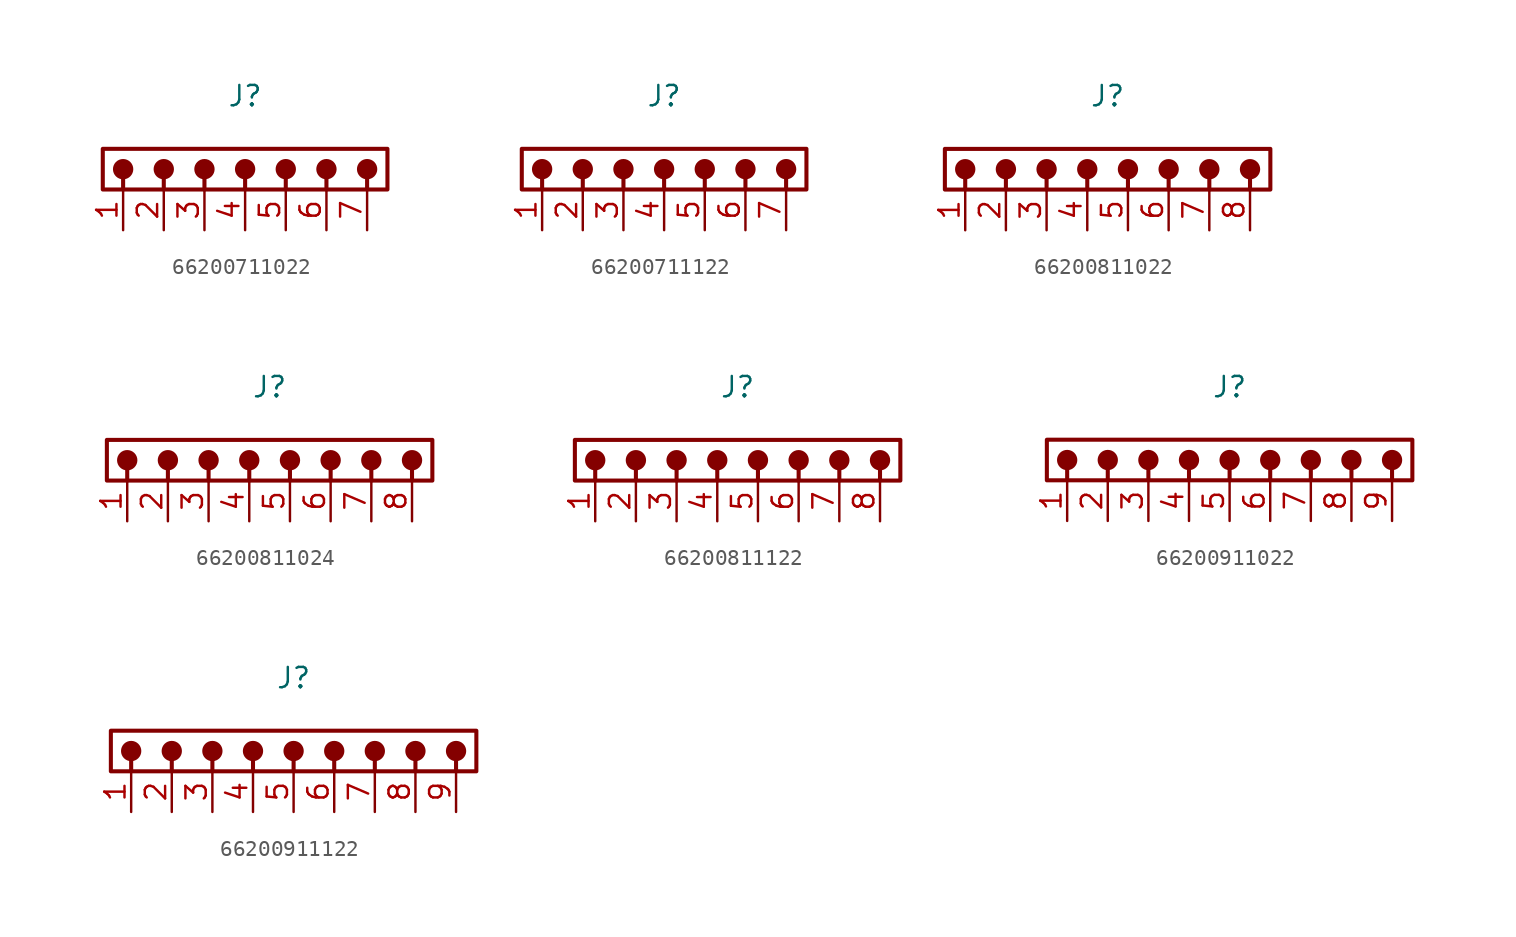
<source format=kicad_sym>
(kicad_symbol_lib
  (version 20241209)
  (generator "kicad_symbol_editor")
  (generator_version "9.0")
  (symbol "66200711022"
    (pin_names
      (hide yes))
    (property "Reference" "J"
      (at 0 4.572 0)
      (effects (font (size 1.27 1.27))))
    (symbol "66200711022_1_1"
      (rectangle (start -8.89 1.27) (end 8.89 -1.27) (stroke (width 0.254) (type solid)) (fill (type none)))
      (circle (center -7.62 0) (radius 0.508) (stroke (width 0.254) (type solid)) (fill (type outline)))
      (polyline (pts (xy -7.62 -0.508) (xy -7.62 -1.27)) (stroke (width 0.254) (type solid)) (fill (type none)))
      (circle (center -5.08 0) (radius 0.508) (stroke (width 0.254) (type solid)) (fill (type outline)))
      (polyline (pts (xy -5.08 -0.508) (xy -5.08 -1.27)) (stroke (width 0.254) (type solid)) (fill (type none)))
      (circle (center -2.54 0) (radius 0.508) (stroke (width 0.254) (type solid)) (fill (type outline)))
      (polyline (pts (xy -2.54 -0.508) (xy -2.54 -1.27)) (stroke (width 0.254) (type solid)) (fill (type none)))
      (circle (center 0 0) (radius 0.508) (stroke (width 0.254) (type solid)) (fill (type outline)))
      (polyline (pts (xy 0 -0.508) (xy 0 -1.27)) (stroke (width 0.254) (type solid)) (fill (type none)))
      (circle (center 2.54 0) (radius 0.508) (stroke (width 0.254) (type solid)) (fill (type outline)))
      (polyline (pts (xy 2.54 -0.508) (xy 2.54 -1.27)) (stroke (width 0.254) (type solid)) (fill (type none)))
      (circle (center 5.08 0) (radius 0.508) (stroke (width 0.254) (type solid)) (fill (type outline)))
      (polyline (pts (xy 5.08 -0.508) (xy 5.08 -1.27)) (stroke (width 0.254) (type solid)) (fill (type none)))
      (circle (center 7.62 0) (radius 0.508) (stroke (width 0.254) (type solid)) (fill (type outline)))
      (polyline (pts (xy 7.62 -0.508) (xy 7.62 -1.27)) (stroke (width 0.254) (type solid)) (fill (type none)))
      (pin passive line (at -7.62 -3.81 90) (length 2.54) (name "1" (effects (font (size 1.27 1.27)))) (number "1" (effects (font (size 1.27 1.27)))))
      (pin passive line (at -5.08 -3.81 90) (length 2.54) (name "2" (effects (font (size 1.27 1.27)))) (number "2" (effects (font (size 1.27 1.27)))))
      (pin passive line (at -2.54 -3.81 90) (length 2.54) (name "3" (effects (font (size 1.27 1.27)))) (number "3" (effects (font (size 1.27 1.27)))))
      (pin passive line (at 0 -3.81 90) (length 2.54) (name "4" (effects (font (size 1.27 1.27)))) (number "4" (effects (font (size 1.27 1.27)))))
      (pin passive line (at 2.54 -3.81 90) (length 2.54) (name "5" (effects (font (size 1.27 1.27)))) (number "5" (effects (font (size 1.27 1.27)))))
      (pin passive line (at 5.08 -3.81 90) (length 2.54) (name "6" (effects (font (size 1.27 1.27)))) (number "6" (effects (font (size 1.27 1.27)))))
      (pin passive line (at 7.62 -3.81 90) (length 2.54) (name "7" (effects (font (size 1.27 1.27)))) (number "7" (effects (font (size 1.27 1.27)))))))
  (symbol "66200711122"
    (pin_names
      (hide yes))
    (property "Reference" "J"
      (at 0 4.572 0)
      (effects (font (size 1.27 1.27))))
    (symbol "66200711122_1_1"
      (rectangle (start -8.89 1.27) (end 8.89 -1.27) (stroke (width 0.254) (type solid)) (fill (type none)))
      (circle (center -7.62 0) (radius 0.508) (stroke (width 0.254) (type solid)) (fill (type outline)))
      (polyline (pts (xy -7.62 -0.508) (xy -7.62 -1.27)) (stroke (width 0.254) (type solid)) (fill (type none)))
      (circle (center -5.08 0) (radius 0.508) (stroke (width 0.254) (type solid)) (fill (type outline)))
      (polyline (pts (xy -5.08 -0.508) (xy -5.08 -1.27)) (stroke (width 0.254) (type solid)) (fill (type none)))
      (circle (center -2.54 0) (radius 0.508) (stroke (width 0.254) (type solid)) (fill (type outline)))
      (polyline (pts (xy -2.54 -0.508) (xy -2.54 -1.27)) (stroke (width 0.254) (type solid)) (fill (type none)))
      (circle (center 0 0) (radius 0.508) (stroke (width 0.254) (type solid)) (fill (type outline)))
      (polyline (pts (xy 0 -0.508) (xy 0 -1.27)) (stroke (width 0.254) (type solid)) (fill (type none)))
      (circle (center 2.54 0) (radius 0.508) (stroke (width 0.254) (type solid)) (fill (type outline)))
      (polyline (pts (xy 2.54 -0.508) (xy 2.54 -1.27)) (stroke (width 0.254) (type solid)) (fill (type none)))
      (circle (center 5.08 0) (radius 0.508) (stroke (width 0.254) (type solid)) (fill (type outline)))
      (polyline (pts (xy 5.08 -0.508) (xy 5.08 -1.27)) (stroke (width 0.254) (type solid)) (fill (type none)))
      (circle (center 7.62 0) (radius 0.508) (stroke (width 0.254) (type solid)) (fill (type outline)))
      (polyline (pts (xy 7.62 -0.508) (xy 7.62 -1.27)) (stroke (width 0.254) (type solid)) (fill (type none)))
      (pin passive line (at -7.62 -3.81 90) (length 2.54) (name "1" (effects (font (size 1.27 1.27)))) (number "1" (effects (font (size 1.27 1.27)))))
      (pin passive line (at -5.08 -3.81 90) (length 2.54) (name "2" (effects (font (size 1.27 1.27)))) (number "2" (effects (font (size 1.27 1.27)))))
      (pin passive line (at -2.54 -3.81 90) (length 2.54) (name "3" (effects (font (size 1.27 1.27)))) (number "3" (effects (font (size 1.27 1.27)))))
      (pin passive line (at 0 -3.81 90) (length 2.54) (name "4" (effects (font (size 1.27 1.27)))) (number "4" (effects (font (size 1.27 1.27)))))
      (pin passive line (at 2.54 -3.81 90) (length 2.54) (name "5" (effects (font (size 1.27 1.27)))) (number "5" (effects (font (size 1.27 1.27)))))
      (pin passive line (at 5.08 -3.81 90) (length 2.54) (name "6" (effects (font (size 1.27 1.27)))) (number "6" (effects (font (size 1.27 1.27)))))
      (pin passive line (at 7.62 -3.81 90) (length 2.54) (name "7" (effects (font (size 1.27 1.27)))) (number "7" (effects (font (size 1.27 1.27)))))))
  (symbol "66200811022"
    (pin_names
      (hide yes))
    (property "Reference" "J"
      (at 0 4.572 0)
      (effects (font (size 1.27 1.27))))
    (symbol "66200811022_1_1"
      (rectangle (start -10.16 1.27) (end 10.16 -1.27) (stroke (width 0.254) (type solid)) (fill (type none)))
      (circle (center -8.89 0) (radius 0.508) (stroke (width 0.254) (type solid)) (fill (type outline)))
      (polyline (pts (xy -8.89 -0.508) (xy -8.89 -1.27)) (stroke (width 0.254) (type solid)) (fill (type none)))
      (circle (center -6.35 0) (radius 0.508) (stroke (width 0.254) (type solid)) (fill (type outline)))
      (polyline (pts (xy -6.35 -0.508) (xy -6.35 -1.27)) (stroke (width 0.254) (type solid)) (fill (type none)))
      (circle (center -3.81 0) (radius 0.508) (stroke (width 0.254) (type solid)) (fill (type outline)))
      (polyline (pts (xy -3.81 -0.508) (xy -3.81 -1.27)) (stroke (width 0.254) (type solid)) (fill (type none)))
      (circle (center -1.27 0) (radius 0.508) (stroke (width 0.254) (type solid)) (fill (type outline)))
      (polyline (pts (xy -1.27 -0.508) (xy -1.27 -1.27)) (stroke (width 0.254) (type solid)) (fill (type none)))
      (circle (center 1.27 0) (radius 0.508) (stroke (width 0.254) (type solid)) (fill (type outline)))
      (polyline (pts (xy 1.27 -0.508) (xy 1.27 -1.27)) (stroke (width 0.254) (type solid)) (fill (type none)))
      (circle (center 3.81 0) (radius 0.508) (stroke (width 0.254) (type solid)) (fill (type outline)))
      (polyline (pts (xy 3.81 -0.508) (xy 3.81 -1.27)) (stroke (width 0.254) (type solid)) (fill (type none)))
      (circle (center 6.35 0) (radius 0.508) (stroke (width 0.254) (type solid)) (fill (type outline)))
      (polyline (pts (xy 6.35 -0.508) (xy 6.35 -1.27)) (stroke (width 0.254) (type solid)) (fill (type none)))
      (circle (center 8.89 0) (radius 0.508) (stroke (width 0.254) (type solid)) (fill (type outline)))
      (polyline (pts (xy 8.89 -0.508) (xy 8.89 -1.27)) (stroke (width 0.254) (type solid)) (fill (type none)))
      (pin passive line (at -8.89 -3.81 90) (length 2.54) (name "1" (effects (font (size 1.27 1.27)))) (number "1" (effects (font (size 1.27 1.27)))))
      (pin passive line (at -6.35 -3.81 90) (length 2.54) (name "2" (effects (font (size 1.27 1.27)))) (number "2" (effects (font (size 1.27 1.27)))))
      (pin passive line (at -3.81 -3.81 90) (length 2.54) (name "3" (effects (font (size 1.27 1.27)))) (number "3" (effects (font (size 1.27 1.27)))))
      (pin passive line (at -1.27 -3.81 90) (length 2.54) (name "4" (effects (font (size 1.27 1.27)))) (number "4" (effects (font (size 1.27 1.27)))))
      (pin passive line (at 1.27 -3.81 90) (length 2.54) (name "5" (effects (font (size 1.27 1.27)))) (number "5" (effects (font (size 1.27 1.27)))))
      (pin passive line (at 3.81 -3.81 90) (length 2.54) (name "6" (effects (font (size 1.27 1.27)))) (number "6" (effects (font (size 1.27 1.27)))))
      (pin passive line (at 6.35 -3.81 90) (length 2.54) (name "7" (effects (font (size 1.27 1.27)))) (number "7" (effects (font (size 1.27 1.27)))))
      (pin passive line (at 8.89 -3.81 90) (length 2.54) (name "8" (effects (font (size 1.27 1.27)))) (number "8" (effects (font (size 1.27 1.27)))))))
  (symbol "66200811024"
    (pin_names
      (hide yes))
    (property "Reference" "J"
      (at 0 4.572 0)
      (effects (font (size 1.27 1.27))))
    (symbol "66200811024_1_1"
      (rectangle (start -10.16 1.27) (end 10.16 -1.27) (stroke (width 0.254) (type solid)) (fill (type none)))
      (circle (center -8.89 0) (radius 0.508) (stroke (width 0.254) (type solid)) (fill (type outline)))
      (polyline (pts (xy -8.89 -0.508) (xy -8.89 -1.27)) (stroke (width 0.254) (type solid)) (fill (type none)))
      (circle (center -6.35 0) (radius 0.508) (stroke (width 0.254) (type solid)) (fill (type outline)))
      (polyline (pts (xy -6.35 -0.508) (xy -6.35 -1.27)) (stroke (width 0.254) (type solid)) (fill (type none)))
      (circle (center -3.81 0) (radius 0.508) (stroke (width 0.254) (type solid)) (fill (type outline)))
      (polyline (pts (xy -3.81 -0.508) (xy -3.81 -1.27)) (stroke (width 0.254) (type solid)) (fill (type none)))
      (circle (center -1.27 0) (radius 0.508) (stroke (width 0.254) (type solid)) (fill (type outline)))
      (polyline (pts (xy -1.27 -0.508) (xy -1.27 -1.27)) (stroke (width 0.254) (type solid)) (fill (type none)))
      (circle (center 1.27 0) (radius 0.508) (stroke (width 0.254) (type solid)) (fill (type outline)))
      (polyline (pts (xy 1.27 -0.508) (xy 1.27 -1.27)) (stroke (width 0.254) (type solid)) (fill (type none)))
      (circle (center 3.81 0) (radius 0.508) (stroke (width 0.254) (type solid)) (fill (type outline)))
      (polyline (pts (xy 3.81 -0.508) (xy 3.81 -1.27)) (stroke (width 0.254) (type solid)) (fill (type none)))
      (circle (center 6.35 0) (radius 0.508) (stroke (width 0.254) (type solid)) (fill (type outline)))
      (polyline (pts (xy 6.35 -0.508) (xy 6.35 -1.27)) (stroke (width 0.254) (type solid)) (fill (type none)))
      (circle (center 8.89 0) (radius 0.508) (stroke (width 0.254) (type solid)) (fill (type outline)))
      (polyline (pts (xy 8.89 -0.508) (xy 8.89 -1.27)) (stroke (width 0.254) (type solid)) (fill (type none)))
      (pin passive line (at -8.89 -3.81 90) (length 2.54) (name "1" (effects (font (size 1.27 1.27)))) (number "1" (effects (font (size 1.27 1.27)))))
      (pin passive line (at -6.35 -3.81 90) (length 2.54) (name "2" (effects (font (size 1.27 1.27)))) (number "2" (effects (font (size 1.27 1.27)))))
      (pin passive line (at -3.81 -3.81 90) (length 2.54) (name "3" (effects (font (size 1.27 1.27)))) (number "3" (effects (font (size 1.27 1.27)))))
      (pin passive line (at -1.27 -3.81 90) (length 2.54) (name "4" (effects (font (size 1.27 1.27)))) (number "4" (effects (font (size 1.27 1.27)))))
      (pin passive line (at 1.27 -3.81 90) (length 2.54) (name "5" (effects (font (size 1.27 1.27)))) (number "5" (effects (font (size 1.27 1.27)))))
      (pin passive line (at 3.81 -3.81 90) (length 2.54) (name "6" (effects (font (size 1.27 1.27)))) (number "6" (effects (font (size 1.27 1.27)))))
      (pin passive line (at 6.35 -3.81 90) (length 2.54) (name "7" (effects (font (size 1.27 1.27)))) (number "7" (effects (font (size 1.27 1.27)))))
      (pin passive line (at 8.89 -3.81 90) (length 2.54) (name "8" (effects (font (size 1.27 1.27)))) (number "8" (effects (font (size 1.27 1.27)))))))
  (symbol "66200811122"
    (pin_names
      (hide yes))
    (property "Reference" "J"
      (at 0 4.572 0)
      (effects (font (size 1.27 1.27))))
    (symbol "66200811122_1_1"
      (rectangle (start -10.16 1.27) (end 10.16 -1.27) (stroke (width 0.254) (type solid)) (fill (type none)))
      (circle (center -8.89 0) (radius 0.508) (stroke (width 0.254) (type solid)) (fill (type outline)))
      (polyline (pts (xy -8.89 -0.508) (xy -8.89 -1.27)) (stroke (width 0.254) (type solid)) (fill (type none)))
      (circle (center -6.35 0) (radius 0.508) (stroke (width 0.254) (type solid)) (fill (type outline)))
      (polyline (pts (xy -6.35 -0.508) (xy -6.35 -1.27)) (stroke (width 0.254) (type solid)) (fill (type none)))
      (circle (center -3.81 0) (radius 0.508) (stroke (width 0.254) (type solid)) (fill (type outline)))
      (polyline (pts (xy -3.81 -0.508) (xy -3.81 -1.27)) (stroke (width 0.254) (type solid)) (fill (type none)))
      (circle (center -1.27 0) (radius 0.508) (stroke (width 0.254) (type solid)) (fill (type outline)))
      (polyline (pts (xy -1.27 -0.508) (xy -1.27 -1.27)) (stroke (width 0.254) (type solid)) (fill (type none)))
      (circle (center 1.27 0) (radius 0.508) (stroke (width 0.254) (type solid)) (fill (type outline)))
      (polyline (pts (xy 1.27 -0.508) (xy 1.27 -1.27)) (stroke (width 0.254) (type solid)) (fill (type none)))
      (circle (center 3.81 0) (radius 0.508) (stroke (width 0.254) (type solid)) (fill (type outline)))
      (polyline (pts (xy 3.81 -0.508) (xy 3.81 -1.27)) (stroke (width 0.254) (type solid)) (fill (type none)))
      (circle (center 6.35 0) (radius 0.508) (stroke (width 0.254) (type solid)) (fill (type outline)))
      (polyline (pts (xy 6.35 -0.508) (xy 6.35 -1.27)) (stroke (width 0.254) (type solid)) (fill (type none)))
      (circle (center 8.89 0) (radius 0.508) (stroke (width 0.254) (type solid)) (fill (type outline)))
      (polyline (pts (xy 8.89 -0.508) (xy 8.89 -1.27)) (stroke (width 0.254) (type solid)) (fill (type none)))
      (pin passive line (at -8.89 -3.81 90) (length 2.54) (name "1" (effects (font (size 1.27 1.27)))) (number "1" (effects (font (size 1.27 1.27)))))
      (pin passive line (at -6.35 -3.81 90) (length 2.54) (name "2" (effects (font (size 1.27 1.27)))) (number "2" (effects (font (size 1.27 1.27)))))
      (pin passive line (at -3.81 -3.81 90) (length 2.54) (name "3" (effects (font (size 1.27 1.27)))) (number "3" (effects (font (size 1.27 1.27)))))
      (pin passive line (at -1.27 -3.81 90) (length 2.54) (name "4" (effects (font (size 1.27 1.27)))) (number "4" (effects (font (size 1.27 1.27)))))
      (pin passive line (at 1.27 -3.81 90) (length 2.54) (name "5" (effects (font (size 1.27 1.27)))) (number "5" (effects (font (size 1.27 1.27)))))
      (pin passive line (at 3.81 -3.81 90) (length 2.54) (name "6" (effects (font (size 1.27 1.27)))) (number "6" (effects (font (size 1.27 1.27)))))
      (pin passive line (at 6.35 -3.81 90) (length 2.54) (name "7" (effects (font (size 1.27 1.27)))) (number "7" (effects (font (size 1.27 1.27)))))
      (pin passive line (at 8.89 -3.81 90) (length 2.54) (name "8" (effects (font (size 1.27 1.27)))) (number "8" (effects (font (size 1.27 1.27)))))))
  (symbol "66200911022"
    (pin_names
      (hide yes))
    (property "Reference" "J"
      (at 0 4.572 0)
      (effects (font (size 1.27 1.27))))
    (symbol "66200911022_1_1"
      (rectangle (start -11.43 1.27) (end 11.43 -1.27) (stroke (width 0.254) (type solid)) (fill (type none)))
      (circle (center -10.16 0) (radius 0.508) (stroke (width 0.254) (type solid)) (fill (type outline)))
      (polyline (pts (xy -10.16 -0.508) (xy -10.16 -1.27)) (stroke (width 0.254) (type solid)) (fill (type none)))
      (circle (center -7.62 0) (radius 0.508) (stroke (width 0.254) (type solid)) (fill (type outline)))
      (polyline (pts (xy -7.62 -0.508) (xy -7.62 -1.27)) (stroke (width 0.254) (type solid)) (fill (type none)))
      (circle (center -5.08 0) (radius 0.508) (stroke (width 0.254) (type solid)) (fill (type outline)))
      (polyline (pts (xy -5.08 -0.508) (xy -5.08 -1.27)) (stroke (width 0.254) (type solid)) (fill (type none)))
      (circle (center -2.54 0) (radius 0.508) (stroke (width 0.254) (type solid)) (fill (type outline)))
      (polyline (pts (xy -2.54 -0.508) (xy -2.54 -1.27)) (stroke (width 0.254) (type solid)) (fill (type none)))
      (circle (center 0 0) (radius 0.508) (stroke (width 0.254) (type solid)) (fill (type outline)))
      (polyline (pts (xy 0 -0.508) (xy 0 -1.27)) (stroke (width 0.254) (type solid)) (fill (type none)))
      (circle (center 2.54 0) (radius 0.508) (stroke (width 0.254) (type solid)) (fill (type outline)))
      (polyline (pts (xy 2.54 -0.508) (xy 2.54 -1.27)) (stroke (width 0.254) (type solid)) (fill (type none)))
      (circle (center 5.08 0) (radius 0.508) (stroke (width 0.254) (type solid)) (fill (type outline)))
      (polyline (pts (xy 5.08 -0.508) (xy 5.08 -1.27)) (stroke (width 0.254) (type solid)) (fill (type none)))
      (circle (center 7.62 0) (radius 0.508) (stroke (width 0.254) (type solid)) (fill (type outline)))
      (polyline (pts (xy 7.62 -0.508) (xy 7.62 -1.27)) (stroke (width 0.254) (type solid)) (fill (type none)))
      (circle (center 10.16 0) (radius 0.508) (stroke (width 0.254) (type solid)) (fill (type outline)))
      (polyline (pts (xy 10.16 -0.508) (xy 10.16 -1.27)) (stroke (width 0.254) (type solid)) (fill (type none)))
      (pin passive line (at -10.16 -3.81 90) (length 2.54) (name "1" (effects (font (size 1.27 1.27)))) (number "1" (effects (font (size 1.27 1.27)))))
      (pin passive line (at -7.62 -3.81 90) (length 2.54) (name "2" (effects (font (size 1.27 1.27)))) (number "2" (effects (font (size 1.27 1.27)))))
      (pin passive line (at -5.08 -3.81 90) (length 2.54) (name "3" (effects (font (size 1.27 1.27)))) (number "3" (effects (font (size 1.27 1.27)))))
      (pin passive line (at -2.54 -3.81 90) (length 2.54) (name "4" (effects (font (size 1.27 1.27)))) (number "4" (effects (font (size 1.27 1.27)))))
      (pin passive line (at 0 -3.81 90) (length 2.54) (name "5" (effects (font (size 1.27 1.27)))) (number "5" (effects (font (size 1.27 1.27)))))
      (pin passive line (at 2.54 -3.81 90) (length 2.54) (name "6" (effects (font (size 1.27 1.27)))) (number "6" (effects (font (size 1.27 1.27)))))
      (pin passive line (at 5.08 -3.81 90) (length 2.54) (name "7" (effects (font (size 1.27 1.27)))) (number "7" (effects (font (size 1.27 1.27)))))
      (pin passive line (at 7.62 -3.81 90) (length 2.54) (name "8" (effects (font (size 1.27 1.27)))) (number "8" (effects (font (size 1.27 1.27)))))
      (pin passive line (at 10.16 -3.81 90) (length 2.54) (name "9" (effects (font (size 1.27 1.27)))) (number "9" (effects (font (size 1.27 1.27)))))))
  (symbol "66200911122"
    (pin_names
      (hide yes))
    (property "Reference" "J"
      (at 0 4.572 0)
      (effects (font (size 1.27 1.27))))
    (symbol "66200911122_1_1"
      (rectangle (start -11.43 1.27) (end 11.43 -1.27) (stroke (width 0.254) (type solid)) (fill (type none)))
      (circle (center -10.16 0) (radius 0.508) (stroke (width 0.254) (type solid)) (fill (type outline)))
      (polyline (pts (xy -10.16 -0.508) (xy -10.16 -1.27)) (stroke (width 0.254) (type solid)) (fill (type none)))
      (circle (center -7.62 0) (radius 0.508) (stroke (width 0.254) (type solid)) (fill (type outline)))
      (polyline (pts (xy -7.62 -0.508) (xy -7.62 -1.27)) (stroke (width 0.254) (type solid)) (fill (type none)))
      (circle (center -5.08 0) (radius 0.508) (stroke (width 0.254) (type solid)) (fill (type outline)))
      (polyline (pts (xy -5.08 -0.508) (xy -5.08 -1.27)) (stroke (width 0.254) (type solid)) (fill (type none)))
      (circle (center -2.54 0) (radius 0.508) (stroke (width 0.254) (type solid)) (fill (type outline)))
      (polyline (pts (xy -2.54 -0.508) (xy -2.54 -1.27)) (stroke (width 0.254) (type solid)) (fill (type none)))
      (circle (center 0 0) (radius 0.508) (stroke (width 0.254) (type solid)) (fill (type outline)))
      (polyline (pts (xy 0 -0.508) (xy 0 -1.27)) (stroke (width 0.254) (type solid)) (fill (type none)))
      (circle (center 2.54 0) (radius 0.508) (stroke (width 0.254) (type solid)) (fill (type outline)))
      (polyline (pts (xy 2.54 -0.508) (xy 2.54 -1.27)) (stroke (width 0.254) (type solid)) (fill (type none)))
      (circle (center 5.08 0) (radius 0.508) (stroke (width 0.254) (type solid)) (fill (type outline)))
      (polyline (pts (xy 5.08 -0.508) (xy 5.08 -1.27)) (stroke (width 0.254) (type solid)) (fill (type none)))
      (circle (center 7.62 0) (radius 0.508) (stroke (width 0.254) (type solid)) (fill (type outline)))
      (polyline (pts (xy 7.62 -0.508) (xy 7.62 -1.27)) (stroke (width 0.254) (type solid)) (fill (type none)))
      (circle (center 10.16 0) (radius 0.508) (stroke (width 0.254) (type solid)) (fill (type outline)))
      (polyline (pts (xy 10.16 -0.508) (xy 10.16 -1.27)) (stroke (width 0.254) (type solid)) (fill (type none)))
      (pin passive line (at -10.16 -3.81 90) (length 2.54) (name "1" (effects (font (size 1.27 1.27)))) (number "1" (effects (font (size 1.27 1.27)))))
      (pin passive line (at -7.62 -3.81 90) (length 2.54) (name "2" (effects (font (size 1.27 1.27)))) (number "2" (effects (font (size 1.27 1.27)))))
      (pin passive line (at -5.08 -3.81 90) (length 2.54) (name "3" (effects (font (size 1.27 1.27)))) (number "3" (effects (font (size 1.27 1.27)))))
      (pin passive line (at -2.54 -3.81 90) (length 2.54) (name "4" (effects (font (size 1.27 1.27)))) (number "4" (effects (font (size 1.27 1.27)))))
      (pin passive line (at 0 -3.81 90) (length 2.54) (name "5" (effects (font (size 1.27 1.27)))) (number "5" (effects (font (size 1.27 1.27)))))
      (pin passive line (at 2.54 -3.81 90) (length 2.54) (name "6" (effects (font (size 1.27 1.27)))) (number "6" (effects (font (size 1.27 1.27)))))
      (pin passive line (at 5.08 -3.81 90) (length 2.54) (name "7" (effects (font (size 1.27 1.27)))) (number "7" (effects (font (size 1.27 1.27)))))
      (pin passive line (at 7.62 -3.81 90) (length 2.54) (name "8" (effects (font (size 1.27 1.27)))) (number "8" (effects (font (size 1.27 1.27)))))
      (pin passive line (at 10.16 -3.81 90) (length 2.54) (name "9" (effects (font (size 1.27 1.27)))) (number "9" (effects (font (size 1.27 1.27))))))))
</source>
